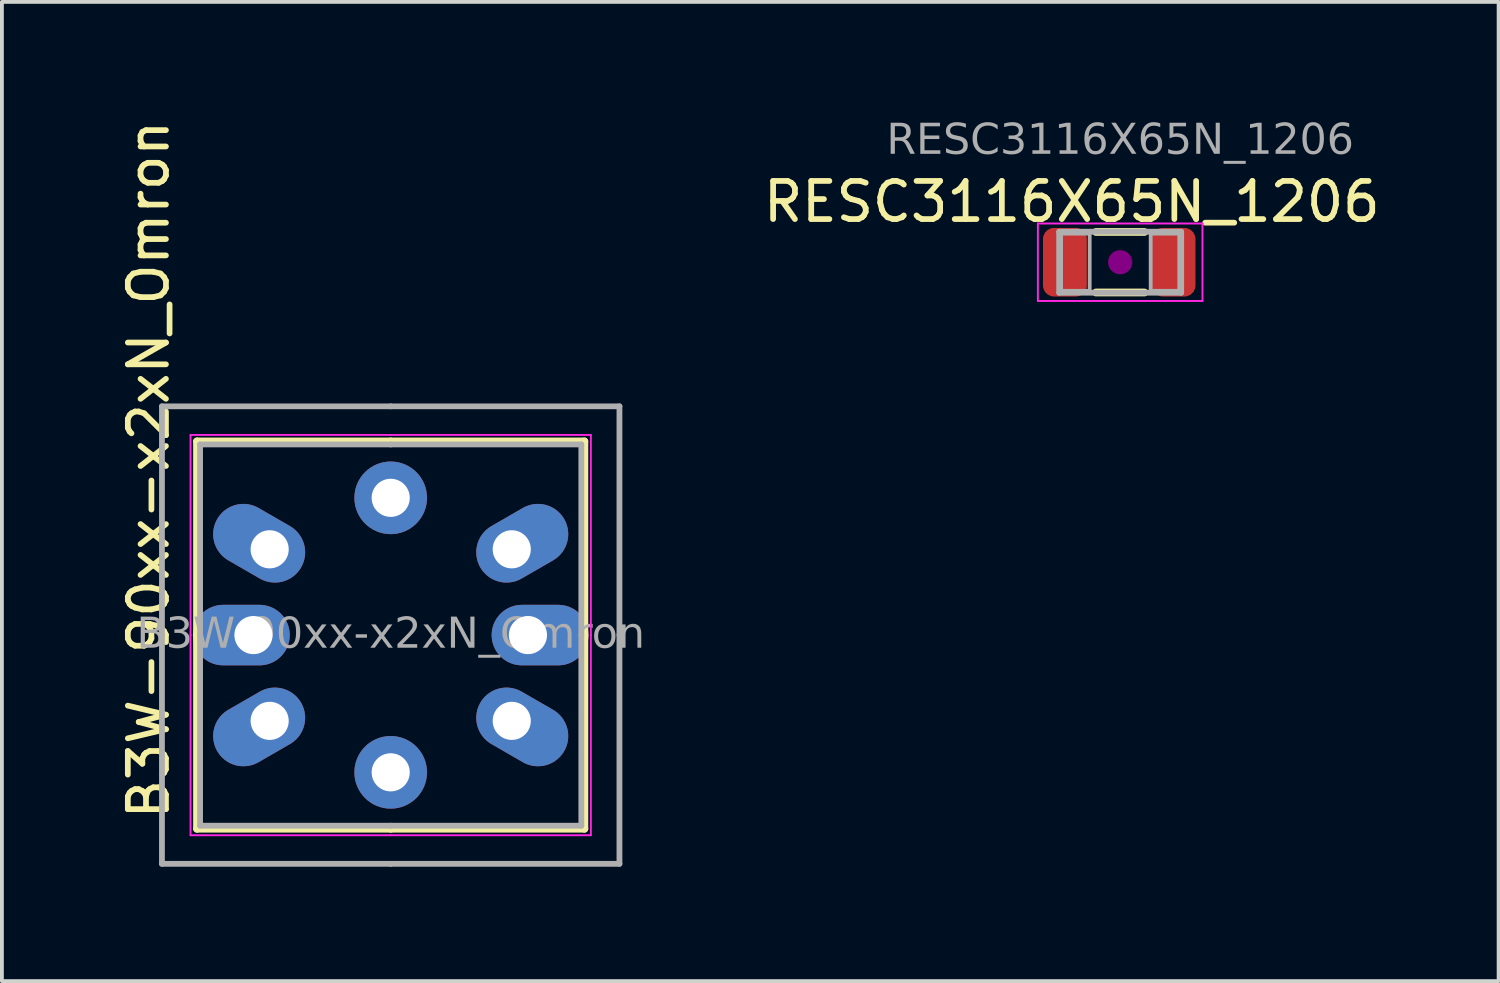
<source format=kicad_pcb>
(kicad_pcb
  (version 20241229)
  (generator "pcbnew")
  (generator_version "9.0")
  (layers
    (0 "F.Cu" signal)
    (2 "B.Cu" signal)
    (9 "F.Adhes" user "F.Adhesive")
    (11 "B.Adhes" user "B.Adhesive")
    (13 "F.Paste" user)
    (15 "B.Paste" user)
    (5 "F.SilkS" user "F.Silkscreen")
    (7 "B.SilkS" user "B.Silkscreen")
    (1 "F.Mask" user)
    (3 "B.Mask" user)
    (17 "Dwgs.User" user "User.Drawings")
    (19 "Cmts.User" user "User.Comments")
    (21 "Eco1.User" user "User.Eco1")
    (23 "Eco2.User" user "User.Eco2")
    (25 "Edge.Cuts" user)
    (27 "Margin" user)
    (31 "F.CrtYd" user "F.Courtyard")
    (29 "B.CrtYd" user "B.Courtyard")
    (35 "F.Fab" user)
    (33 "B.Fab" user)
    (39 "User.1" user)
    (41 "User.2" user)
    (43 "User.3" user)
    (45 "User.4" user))
  (footprint "RESC3116X65N_1206"
    (layer "F.Cu")
    (at 26.332 3.828)
    (property "Reference" "RESC3116X65N_1206" (at -1.27 -1.587 0) (layer "F.SilkS") (effects (font (size 1 1) (thickness 0.15))))
    (attr smd)
    (fp_line (start -0.635 -0.794) (end 0.635 -0.794) (stroke (width 0.203) (type solid)) (layer "F.SilkS"))
    (fp_line (start -0.635 0.794) (end 0.635 0.794) (stroke (width 0.203) (type solid)) (layer "F.SilkS"))
    (fp_circle (center 0 0) (end 0.318 0) (stroke (width 0) (type solid)) (fill yes) (layer "F.Adhes"))
    (fp_line (start -2.159 -1.016) (end 2.159 -1.016) (stroke (width 0.05) (type solid)) (layer "F.CrtYd"))
    (fp_line (start -2.159 1.016) (end -2.159 -1.016) (stroke (width 0.05) (type solid)) (layer "F.CrtYd"))
    (fp_line (start 2.159 -1.016) (end 2.159 1.016) (stroke (width 0.05) (type solid)) (layer "F.CrtYd"))
    (fp_line (start 2.159 1.016) (end -2.159 1.016) (stroke (width 0.05) (type solid)) (layer "F.CrtYd"))
    (fp_line (start -1.6 -0.8) (end 1.6 -0.8) (stroke (width 0.152) (type solid)) (layer "F.Fab"))
    (fp_line (start -1.6 0.8) (end -1.6 -0.8) (stroke (width 0.152) (type solid)) (layer "F.Fab"))
    (fp_line (start 1.6 -0.8) (end 1.6 0.8) (stroke (width 0.152) (type solid)) (layer "F.Fab"))
    (fp_line (start 1.6 0.8) (end -1.6 0.8) (stroke (width 0.152) (type solid)) (layer "F.Fab"))
    (fp_rect (start -0.8 0.75) (end -1.55 -0.75) (stroke (width 0.1) (type solid)) (fill no) (layer "F.Fab"))
    (fp_rect (start 0.8 -0.75) (end 1.55 0.75) (stroke (width 0.1) (type solid)) (fill no) (layer "F.Fab"))
    (fp_text user "${REFERENCE}" (at 0 -3.175 0) (layer "F.Fab") (effects (font (face "Tahoma") (size 0.8 0.8) (thickness 0.12))))
    (pad "1" smd roundrect (at -1.45 0 180) (size 1.15 1.8) (layers "F.Cu" "F.Mask" "F.Paste") (roundrect_rratio 0.25))
    (pad "2" smd roundrect (at 1.4 0 180) (size 1.15 1.8) (layers "F.Cu" "F.Mask" "F.Paste") (roundrect_rratio 0.25)))
  (footprint "B3W-90xx-x2xN_Omron"
    (layer "F.Cu")
    (at 7.198 13.608)
    (property "Reference" "B3W-90xx-x2xN_Omron" (at -6.35 -4.34 90) (layer "F.SilkS") (effects (font (size 1 1) (thickness 0.15))))
    (attr through_hole)
    (fp_line (start -5.08 -5.08) (end -5.08 0) (stroke (width 0.203) (type default)) (layer "F.SilkS"))
    (fp_line (start -5.08 -5.08) (end 0 -5.08) (stroke (width 0.203) (type default)) (layer "F.SilkS"))
    (fp_line (start -5.08 5.08) (end -5.08 0) (stroke (width 0.203) (type default)) (layer "F.SilkS"))
    (fp_line (start -5.08 5.08) (end 0 5.08) (stroke (width 0.203) (type default)) (layer "F.SilkS"))
    (fp_line (start 5.08 -5.08) (end 0 -5.08) (stroke (width 0.203) (type default)) (layer "F.SilkS"))
    (fp_line (start 5.08 -5.08) (end 5.08 0) (stroke (width 0.203) (type default)) (layer "F.SilkS"))
    (fp_line (start 5.08 5.08) (end 0 5.08) (stroke (width 0.203) (type default)) (layer "F.SilkS"))
    (fp_line (start 5.08 5.08) (end 5.08 0) (stroke (width 0.203) (type default)) (layer "F.SilkS"))
    (fp_line (start -5.25 0) (end -5.25 -5.25) (stroke (width 0.05) (type solid)) (layer "F.CrtYd"))
    (fp_line (start -5.25 0) (end -5.25 5.25) (stroke (width 0.05) (type solid)) (layer "F.CrtYd"))
    (fp_line (start 0 -5.25) (end -5.25 -5.25) (stroke (width 0.05) (type solid)) (layer "F.CrtYd"))
    (fp_line (start 0 -5.25) (end 5.25 -5.25) (stroke (width 0.05) (type solid)) (layer "F.CrtYd"))
    (fp_line (start 0 5.25) (end -5.25 5.25) (stroke (width 0.05) (type solid)) (layer "F.CrtYd"))
    (fp_line (start 0 5.25) (end 5.25 5.25) (stroke (width 0.05) (type solid)) (layer "F.CrtYd"))
    (fp_line (start 5.25 0) (end 5.25 -5.25) (stroke (width 0.05) (type solid)) (layer "F.CrtYd"))
    (fp_line (start 5.25 0) (end 5.25 5.25) (stroke (width 0.05) (type solid)) (layer "F.CrtYd"))
    (fp_line (start -6 -6) (end -6 0) (stroke (width 0.152) (type default)) (layer "F.Fab"))
    (fp_line (start -6 -6) (end 0 -6) (stroke (width 0.152) (type default)) (layer "F.Fab"))
    (fp_line (start -6 6) (end -6 0) (stroke (width 0.152) (type default)) (layer "F.Fab"))
    (fp_line (start -6 6) (end 0 6) (stroke (width 0.152) (type default)) (layer "F.Fab"))
    (fp_line (start -5 -5) (end -5 0) (stroke (width 0.152) (type default)) (layer "F.Fab"))
    (fp_line (start -5 -5) (end 0 -5) (stroke (width 0.152) (type default)) (layer "F.Fab"))
    (fp_line (start -5 5) (end -5 0) (stroke (width 0.152) (type default)) (layer "F.Fab"))
    (fp_line (start -5 5) (end 0 5) (stroke (width 0.152) (type default)) (layer "F.Fab"))
    (fp_line (start 5 -5) (end 0 -5) (stroke (width 0.152) (type default)) (layer "F.Fab"))
    (fp_line (start 5 -5) (end 5 0) (stroke (width 0.152) (type default)) (layer "F.Fab"))
    (fp_line (start 5 5) (end 0 5) (stroke (width 0.152) (type default)) (layer "F.Fab"))
    (fp_line (start 5 5) (end 5 0) (stroke (width 0.152) (type default)) (layer "F.Fab"))
    (fp_line (start 6 -6) (end 0 -6) (stroke (width 0.152) (type default)) (layer "F.Fab"))
    (fp_line (start 6 -6) (end 6 0) (stroke (width 0.152) (type default)) (layer "F.Fab"))
    (fp_line (start 6 6) (end 0 6) (stroke (width 0.152) (type default)) (layer "F.Fab"))
    (fp_line (start 6 6) (end 6 0) (stroke (width 0.152) (type default)) (layer "F.Fab"))
    (fp_text user "${REFERENCE}" (at 0 0 0) (layer "F.Fab") (effects (font (face "Tahoma") (size 0.8 0.8) (thickness 0.15))))
    (pad "1" thru_hole oval (at 3.175 2.25 330) (size 2.54 1.587) (drill oval 1 (offset 0.318 0)) (layers "*.Cu" "*.Mask"))
    (pad "2" thru_hole oval (at -3.175 2.25 30) (size 2.54 1.587) (drill oval 1 (offset -0.318 0)) (layers "*.Cu" "*.Mask"))
    (pad "3" thru_hole oval (at 3.175 -2.25 30) (size 2.54 1.587) (drill oval 1 (offset 0.318 0)) (layers "*.Cu" "*.Mask"))
    (pad "4" thru_hole oval (at -3.175 -2.25 330) (size 2.54 1.587) (drill oval 1 (offset -0.318 0)) (layers "*.Cu" "*.Mask"))
    (pad "A1" thru_hole circle (at 0 -3.6) (size 1.905 1.905) (drill 1) (layers "*.Cu" "*.Mask"))
    (pad "A2" thru_hole circle (at 0 3.6) (size 1.905 1.905) (drill 1) (layers "*.Cu" "*.Mask"))
    (pad "C1" thru_hole oval (at 3.6 0) (size 2.54 1.587) (drill oval 1 (offset 0.318 0)) (layers "*.Cu" "*.Mask"))
    (pad "C2" thru_hole oval (at -3.6 0) (size 2.54 1.587) (drill oval 1 (offset -0.318 0)) (layers "*.Cu" "*.Mask")))
  (gr_rect
    (start -3 -3)
    (end 36.258 22.684)
    (stroke (width 0.1) (type default))
    (fill no)
    (layer "Edge.Cuts")))
</source>
